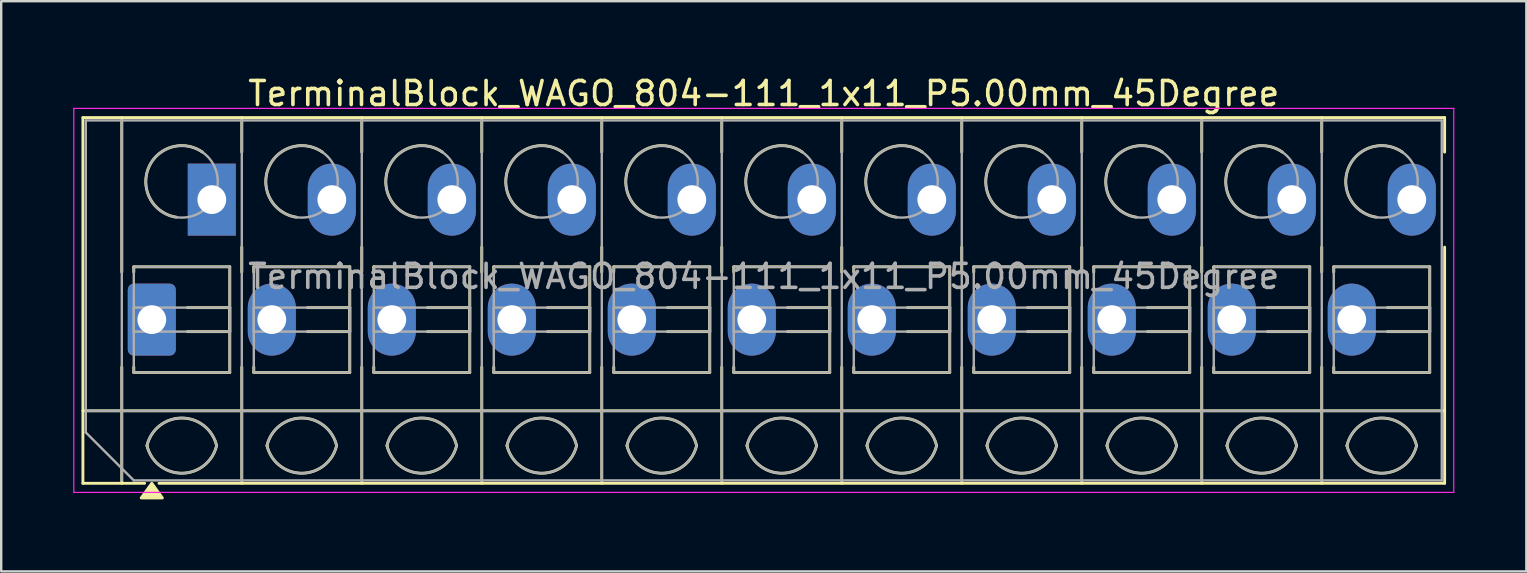
<source format=kicad_pcb>
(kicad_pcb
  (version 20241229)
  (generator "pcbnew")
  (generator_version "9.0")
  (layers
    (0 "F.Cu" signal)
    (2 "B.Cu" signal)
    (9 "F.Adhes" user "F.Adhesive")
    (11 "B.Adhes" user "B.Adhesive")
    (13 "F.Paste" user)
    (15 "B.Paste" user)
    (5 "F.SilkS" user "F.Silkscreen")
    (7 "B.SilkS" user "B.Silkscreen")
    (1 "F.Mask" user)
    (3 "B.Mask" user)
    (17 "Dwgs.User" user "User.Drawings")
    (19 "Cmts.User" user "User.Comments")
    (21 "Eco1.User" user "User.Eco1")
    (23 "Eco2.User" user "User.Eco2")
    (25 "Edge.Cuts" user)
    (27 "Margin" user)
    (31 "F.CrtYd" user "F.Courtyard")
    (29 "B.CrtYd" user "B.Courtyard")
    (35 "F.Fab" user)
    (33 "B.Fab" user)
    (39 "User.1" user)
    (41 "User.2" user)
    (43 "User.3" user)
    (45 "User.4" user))
  (footprint "TerminalBlock_WAGO_804-111_1x11_P5.00mm_45Degree"
    (layer "F.Cu")
    (at 3.275 10.268)
    (property "Reference" "TerminalBlock_WAGO_804-111_1x11_P5.00mm_45Degree" (at 25.5 -9.42 0) (layer "F.SilkS") (effects (font (size 1 1) (thickness 0.15))))
    (attr through_hole)
    (fp_line (start -2.87 -8.42) (end 53.87 -8.42) (stroke (width 0.12) (type solid)) (layer "F.SilkS"))
    (fp_line (start -2.87 3.8) (end 53.87 3.8) (stroke (width 0.12) (type solid)) (layer "F.SilkS"))
    (fp_line (start -2.87 6.82) (end -2.87 -8.42) (stroke (width 0.12) (type solid)) (layer "F.SilkS"))
    (fp_line (start -1.25 -8.42) (end -1.25 -1.98) (stroke (width 0.12) (type solid)) (layer "F.SilkS"))
    (fp_line (start -1.25 1.98) (end -1.25 6.82) (stroke (width 0.12) (type solid)) (layer "F.SilkS"))
    (fp_line (start -0.75 -2.2) (end 3.25 -2.2) (stroke (width 0.12) (type solid)) (layer "F.SilkS"))
    (fp_line (start -0.75 -1.98) (end -0.75 -2.2) (stroke (width 0.12) (type solid)) (layer "F.SilkS"))
    (fp_line (start -0.75 2.2) (end -0.75 1.98) (stroke (width 0.12) (type solid)) (layer "F.SilkS"))
    (fp_line (start -0.3 6.82) (end -2.87 6.82) (stroke (width 0.12) (type solid)) (layer "F.SilkS"))
    (fp_line (start 1.48 -0.5) (end 3.25 -0.5) (stroke (width 0.12) (type solid)) (layer "F.SilkS"))
    (fp_line (start 3.25 -2.2) (end 3.25 2.2) (stroke (width 0.12) (type solid)) (layer "F.SilkS"))
    (fp_line (start 3.25 -0.5) (end 3.25 0.5) (stroke (width 0.12) (type solid)) (layer "F.SilkS"))
    (fp_line (start 3.25 0.5) (end 1.48 0.5) (stroke (width 0.12) (type solid)) (layer "F.SilkS"))
    (fp_line (start 3.25 2.2) (end -0.75 2.2) (stroke (width 0.12) (type solid)) (layer "F.SilkS"))
    (fp_line (start 3.75 -8.42) (end 3.75 -6.98) (stroke (width 0.12) (type solid)) (layer "F.SilkS"))
    (fp_line (start 3.75 -3.02) (end 3.75 -1.98) (stroke (width 0.12) (type solid)) (layer "F.SilkS"))
    (fp_line (start 3.75 1.98) (end 3.75 6.82) (stroke (width 0.12) (type solid)) (layer "F.SilkS"))
    (fp_line (start 4.25 -2.2) (end 8.25 -2.2) (stroke (width 0.12) (type solid)) (layer "F.SilkS"))
    (fp_line (start 4.25 -1.98) (end 4.25 -2.2) (stroke (width 0.12) (type solid)) (layer "F.SilkS"))
    (fp_line (start 4.25 2.2) (end 4.25 1.98) (stroke (width 0.12) (type solid)) (layer "F.SilkS"))
    (fp_line (start 6.48 -0.5) (end 8.25 -0.5) (stroke (width 0.12) (type solid)) (layer "F.SilkS"))
    (fp_line (start 8.25 -2.2) (end 8.25 2.2) (stroke (width 0.12) (type solid)) (layer "F.SilkS"))
    (fp_line (start 8.25 -0.5) (end 8.25 0.5) (stroke (width 0.12) (type solid)) (layer "F.SilkS"))
    (fp_line (start 8.25 0.5) (end 6.48 0.5) (stroke (width 0.12) (type solid)) (layer "F.SilkS"))
    (fp_line (start 8.25 2.2) (end 4.25 2.2) (stroke (width 0.12) (type solid)) (layer "F.SilkS"))
    (fp_line (start 8.75 -8.42) (end 8.75 -6.98) (stroke (width 0.12) (type solid)) (layer "F.SilkS"))
    (fp_line (start 8.75 -3.02) (end 8.75 -1.98) (stroke (width 0.12) (type solid)) (layer "F.SilkS"))
    (fp_line (start 8.75 1.98) (end 8.75 6.82) (stroke (width 0.12) (type solid)) (layer "F.SilkS"))
    (fp_line (start 9.25 -2.2) (end 13.25 -2.2) (stroke (width 0.12) (type solid)) (layer "F.SilkS"))
    (fp_line (start 9.25 -1.98) (end 9.25 -2.2) (stroke (width 0.12) (type solid)) (layer "F.SilkS"))
    (fp_line (start 9.25 2.2) (end 9.25 1.98) (stroke (width 0.12) (type solid)) (layer "F.SilkS"))
    (fp_line (start 11.48 -0.5) (end 13.25 -0.5) (stroke (width 0.12) (type solid)) (layer "F.SilkS"))
    (fp_line (start 13.25 -2.2) (end 13.25 2.2) (stroke (width 0.12) (type solid)) (layer "F.SilkS"))
    (fp_line (start 13.25 -0.5) (end 13.25 0.5) (stroke (width 0.12) (type solid)) (layer "F.SilkS"))
    (fp_line (start 13.25 0.5) (end 11.48 0.5) (stroke (width 0.12) (type solid)) (layer "F.SilkS"))
    (fp_line (start 13.25 2.2) (end 9.25 2.2) (stroke (width 0.12) (type solid)) (layer "F.SilkS"))
    (fp_line (start 13.75 -8.42) (end 13.75 -6.98) (stroke (width 0.12) (type solid)) (layer "F.SilkS"))
    (fp_line (start 13.75 -3.02) (end 13.75 -1.98) (stroke (width 0.12) (type solid)) (layer "F.SilkS"))
    (fp_line (start 13.75 1.98) (end 13.75 6.82) (stroke (width 0.12) (type solid)) (layer "F.SilkS"))
    (fp_line (start 14.25 -2.2) (end 18.25 -2.2) (stroke (width 0.12) (type solid)) (layer "F.SilkS"))
    (fp_line (start 14.25 -1.98) (end 14.25 -2.2) (stroke (width 0.12) (type solid)) (layer "F.SilkS"))
    (fp_line (start 14.25 2.2) (end 14.25 1.98) (stroke (width 0.12) (type solid)) (layer "F.SilkS"))
    (fp_line (start 16.48 -0.5) (end 18.25 -0.5) (stroke (width 0.12) (type solid)) (layer "F.SilkS"))
    (fp_line (start 18.25 -2.2) (end 18.25 2.2) (stroke (width 0.12) (type solid)) (layer "F.SilkS"))
    (fp_line (start 18.25 -0.5) (end 18.25 0.5) (stroke (width 0.12) (type solid)) (layer "F.SilkS"))
    (fp_line (start 18.25 0.5) (end 16.48 0.5) (stroke (width 0.12) (type solid)) (layer "F.SilkS"))
    (fp_line (start 18.25 2.2) (end 14.25 2.2) (stroke (width 0.12) (type solid)) (layer "F.SilkS"))
    (fp_line (start 18.75 -8.42) (end 18.75 -6.98) (stroke (width 0.12) (type solid)) (layer "F.SilkS"))
    (fp_line (start 18.75 -3.02) (end 18.75 -1.98) (stroke (width 0.12) (type solid)) (layer "F.SilkS"))
    (fp_line (start 18.75 1.98) (end 18.75 6.82) (stroke (width 0.12) (type solid)) (layer "F.SilkS"))
    (fp_line (start 19.25 -2.2) (end 23.25 -2.2) (stroke (width 0.12) (type solid)) (layer "F.SilkS"))
    (fp_line (start 19.25 -1.98) (end 19.25 -2.2) (stroke (width 0.12) (type solid)) (layer "F.SilkS"))
    (fp_line (start 19.25 2.2) (end 19.25 1.98) (stroke (width 0.12) (type solid)) (layer "F.SilkS"))
    (fp_line (start 21.48 -0.5) (end 23.25 -0.5) (stroke (width 0.12) (type solid)) (layer "F.SilkS"))
    (fp_line (start 23.25 -2.2) (end 23.25 2.2) (stroke (width 0.12) (type solid)) (layer "F.SilkS"))
    (fp_line (start 23.25 -0.5) (end 23.25 0.5) (stroke (width 0.12) (type solid)) (layer "F.SilkS"))
    (fp_line (start 23.25 0.5) (end 21.48 0.5) (stroke (width 0.12) (type solid)) (layer "F.SilkS"))
    (fp_line (start 23.25 2.2) (end 19.25 2.2) (stroke (width 0.12) (type solid)) (layer "F.SilkS"))
    (fp_line (start 23.75 -8.42) (end 23.75 -6.98) (stroke (width 0.12) (type solid)) (layer "F.SilkS"))
    (fp_line (start 23.75 -3.02) (end 23.75 -1.98) (stroke (width 0.12) (type solid)) (layer "F.SilkS"))
    (fp_line (start 23.75 1.98) (end 23.75 6.82) (stroke (width 0.12) (type solid)) (layer "F.SilkS"))
    (fp_line (start 24.25 -2.2) (end 28.25 -2.2) (stroke (width 0.12) (type solid)) (layer "F.SilkS"))
    (fp_line (start 24.25 -1.98) (end 24.25 -2.2) (stroke (width 0.12) (type solid)) (layer "F.SilkS"))
    (fp_line (start 24.25 2.2) (end 24.25 1.98) (stroke (width 0.12) (type solid)) (layer "F.SilkS"))
    (fp_line (start 26.48 -0.5) (end 28.25 -0.5) (stroke (width 0.12) (type solid)) (layer "F.SilkS"))
    (fp_line (start 28.25 -2.2) (end 28.25 2.2) (stroke (width 0.12) (type solid)) (layer "F.SilkS"))
    (fp_line (start 28.25 -0.5) (end 28.25 0.5) (stroke (width 0.12) (type solid)) (layer "F.SilkS"))
    (fp_line (start 28.25 0.5) (end 26.48 0.5) (stroke (width 0.12) (type solid)) (layer "F.SilkS"))
    (fp_line (start 28.25 2.2) (end 24.25 2.2) (stroke (width 0.12) (type solid)) (layer "F.SilkS"))
    (fp_line (start 28.75 -8.42) (end 28.75 -6.98) (stroke (width 0.12) (type solid)) (layer "F.SilkS"))
    (fp_line (start 28.75 -3.02) (end 28.75 -1.98) (stroke (width 0.12) (type solid)) (layer "F.SilkS"))
    (fp_line (start 28.75 1.98) (end 28.75 6.82) (stroke (width 0.12) (type solid)) (layer "F.SilkS"))
    (fp_line (start 29.25 -2.2) (end 33.25 -2.2) (stroke (width 0.12) (type solid)) (layer "F.SilkS"))
    (fp_line (start 29.25 -1.98) (end 29.25 -2.2) (stroke (width 0.12) (type solid)) (layer "F.SilkS"))
    (fp_line (start 29.25 2.2) (end 29.25 1.98) (stroke (width 0.12) (type solid)) (layer "F.SilkS"))
    (fp_line (start 31.48 -0.5) (end 33.25 -0.5) (stroke (width 0.12) (type solid)) (layer "F.SilkS"))
    (fp_line (start 33.25 -2.2) (end 33.25 2.2) (stroke (width 0.12) (type solid)) (layer "F.SilkS"))
    (fp_line (start 33.25 -0.5) (end 33.25 0.5) (stroke (width 0.12) (type solid)) (layer "F.SilkS"))
    (fp_line (start 33.25 0.5) (end 31.48 0.5) (stroke (width 0.12) (type solid)) (layer "F.SilkS"))
    (fp_line (start 33.25 2.2) (end 29.25 2.2) (stroke (width 0.12) (type solid)) (layer "F.SilkS"))
    (fp_line (start 33.75 -8.42) (end 33.75 -6.98) (stroke (width 0.12) (type solid)) (layer "F.SilkS"))
    (fp_line (start 33.75 -3.02) (end 33.75 -1.98) (stroke (width 0.12) (type solid)) (layer "F.SilkS"))
    (fp_line (start 33.75 1.98) (end 33.75 6.82) (stroke (width 0.12) (type solid)) (layer "F.SilkS"))
    (fp_line (start 34.25 -2.2) (end 38.25 -2.2) (stroke (width 0.12) (type solid)) (layer "F.SilkS"))
    (fp_line (start 34.25 -1.98) (end 34.25 -2.2) (stroke (width 0.12) (type solid)) (layer "F.SilkS"))
    (fp_line (start 34.25 2.2) (end 34.25 1.98) (stroke (width 0.12) (type solid)) (layer "F.SilkS"))
    (fp_line (start 36.48 -0.5) (end 38.25 -0.5) (stroke (width 0.12) (type solid)) (layer "F.SilkS"))
    (fp_line (start 38.25 -2.2) (end 38.25 2.2) (stroke (width 0.12) (type solid)) (layer "F.SilkS"))
    (fp_line (start 38.25 -0.5) (end 38.25 0.5) (stroke (width 0.12) (type solid)) (layer "F.SilkS"))
    (fp_line (start 38.25 0.5) (end 36.48 0.5) (stroke (width 0.12) (type solid)) (layer "F.SilkS"))
    (fp_line (start 38.25 2.2) (end 34.25 2.2) (stroke (width 0.12) (type solid)) (layer "F.SilkS"))
    (fp_line (start 38.75 -8.42) (end 38.75 -6.98) (stroke (width 0.12) (type solid)) (layer "F.SilkS"))
    (fp_line (start 38.75 -3.02) (end 38.75 -1.98) (stroke (width 0.12) (type solid)) (layer "F.SilkS"))
    (fp_line (start 38.75 1.98) (end 38.75 6.82) (stroke (width 0.12) (type solid)) (layer "F.SilkS"))
    (fp_line (start 39.25 -2.2) (end 43.25 -2.2) (stroke (width 0.12) (type solid)) (layer "F.SilkS"))
    (fp_line (start 39.25 -1.98) (end 39.25 -2.2) (stroke (width 0.12) (type solid)) (layer "F.SilkS"))
    (fp_line (start 39.25 2.2) (end 39.25 1.98) (stroke (width 0.12) (type solid)) (layer "F.SilkS"))
    (fp_line (start 41.48 -0.5) (end 43.25 -0.5) (stroke (width 0.12) (type solid)) (layer "F.SilkS"))
    (fp_line (start 43.25 -2.2) (end 43.25 2.2) (stroke (width 0.12) (type solid)) (layer "F.SilkS"))
    (fp_line (start 43.25 -0.5) (end 43.25 0.5) (stroke (width 0.12) (type solid)) (layer "F.SilkS"))
    (fp_line (start 43.25 0.5) (end 41.48 0.5) (stroke (width 0.12) (type solid)) (layer "F.SilkS"))
    (fp_line (start 43.25 2.2) (end 39.25 2.2) (stroke (width 0.12) (type solid)) (layer "F.SilkS"))
    (fp_line (start 43.75 -8.42) (end 43.75 -6.98) (stroke (width 0.12) (type solid)) (layer "F.SilkS"))
    (fp_line (start 43.75 -3.02) (end 43.75 -1.98) (stroke (width 0.12) (type solid)) (layer "F.SilkS"))
    (fp_line (start 43.75 1.98) (end 43.75 6.82) (stroke (width 0.12) (type solid)) (layer "F.SilkS"))
    (fp_line (start 44.25 -2.2) (end 48.25 -2.2) (stroke (width 0.12) (type solid)) (layer "F.SilkS"))
    (fp_line (start 44.25 -1.98) (end 44.25 -2.2) (stroke (width 0.12) (type solid)) (layer "F.SilkS"))
    (fp_line (start 44.25 2.2) (end 44.25 1.98) (stroke (width 0.12) (type solid)) (layer "F.SilkS"))
    (fp_line (start 46.48 -0.5) (end 48.25 -0.5) (stroke (width 0.12) (type solid)) (layer "F.SilkS"))
    (fp_line (start 48.25 -2.2) (end 48.25 2.2) (stroke (width 0.12) (type solid)) (layer "F.SilkS"))
    (fp_line (start 48.25 -0.5) (end 48.25 0.5) (stroke (width 0.12) (type solid)) (layer "F.SilkS"))
    (fp_line (start 48.25 0.5) (end 46.48 0.5) (stroke (width 0.12) (type solid)) (layer "F.SilkS"))
    (fp_line (start 48.25 2.2) (end 44.25 2.2) (stroke (width 0.12) (type solid)) (layer "F.SilkS"))
    (fp_line (start 48.75 -8.42) (end 48.75 -6.98) (stroke (width 0.12) (type solid)) (layer "F.SilkS"))
    (fp_line (start 48.75 -3.02) (end 48.75 -1.98) (stroke (width 0.12) (type solid)) (layer "F.SilkS"))
    (fp_line (start 48.75 1.98) (end 48.75 6.82) (stroke (width 0.12) (type solid)) (layer "F.SilkS"))
    (fp_line (start 49.25 -2.2) (end 53.25 -2.2) (stroke (width 0.12) (type solid)) (layer "F.SilkS"))
    (fp_line (start 49.25 -1.98) (end 49.25 -2.2) (stroke (width 0.12) (type solid)) (layer "F.SilkS"))
    (fp_line (start 49.25 2.2) (end 49.25 1.98) (stroke (width 0.12) (type solid)) (layer "F.SilkS"))
    (fp_line (start 51.48 -0.5) (end 53.25 -0.5) (stroke (width 0.12) (type solid)) (layer "F.SilkS"))
    (fp_line (start 53.25 -2.2) (end 53.25 2.2) (stroke (width 0.12) (type solid)) (layer "F.SilkS"))
    (fp_line (start 53.25 -0.5) (end 53.25 0.5) (stroke (width 0.12) (type solid)) (layer "F.SilkS"))
    (fp_line (start 53.25 0.5) (end 51.48 0.5) (stroke (width 0.12) (type solid)) (layer "F.SilkS"))
    (fp_line (start 53.25 2.2) (end 49.25 2.2) (stroke (width 0.12) (type solid)) (layer "F.SilkS"))
    (fp_line (start 53.87 -8.42) (end 53.87 -6.98) (stroke (width 0.12) (type solid)) (layer "F.SilkS"))
    (fp_line (start 53.87 -3.02) (end 53.87 6.82) (stroke (width 0.12) (type solid)) (layer "F.SilkS"))
    (fp_line (start 53.87 6.82) (end 0.3 6.82) (stroke (width 0.12) (type solid)) (layer "F.SilkS"))
    (fp_arc (start -0.2 5.25) (mid 1.25 4.1) (end 2.7 5.25) (stroke (width 0.12) (type solid)) (layer "F.SilkS"))
    (fp_arc (start 1.02 -4.268) (mid -0.141916 -6.309209) (end 2.109 -6.98) (stroke (width 0.12) (type solid)) (layer "F.SilkS"))
    (fp_arc (start 2.7 5.25) (mid 1.25 6.4) (end -0.2 5.25) (stroke (width 0.12) (type solid)) (layer "F.SilkS"))
    (fp_arc (start 4.8 5.25) (mid 6.25 4.1) (end 7.7 5.25) (stroke (width 0.12) (type solid)) (layer "F.SilkS"))
    (fp_arc (start 6.02 -4.268) (mid 4.858084 -6.309209) (end 7.109 -6.98) (stroke (width 0.12) (type solid)) (layer "F.SilkS"))
    (fp_arc (start 7.7 5.25) (mid 6.25 6.4) (end 4.8 5.25) (stroke (width 0.12) (type solid)) (layer "F.SilkS"))
    (fp_arc (start 9.8 5.25) (mid 11.25 4.1) (end 12.7 5.25) (stroke (width 0.12) (type solid)) (layer "F.SilkS"))
    (fp_arc (start 11.02 -4.268) (mid 9.858084 -6.309209) (end 12.109 -6.98) (stroke (width 0.12) (type solid)) (layer "F.SilkS"))
    (fp_arc (start 12.7 5.25) (mid 11.25 6.4) (end 9.8 5.25) (stroke (width 0.12) (type solid)) (layer "F.SilkS"))
    (fp_arc (start 14.8 5.25) (mid 16.25 4.1) (end 17.7 5.25) (stroke (width 0.12) (type solid)) (layer "F.SilkS"))
    (fp_arc (start 16.02 -4.268) (mid 14.858084 -6.309209) (end 17.109 -6.98) (stroke (width 0.12) (type solid)) (layer "F.SilkS"))
    (fp_arc (start 17.7 5.25) (mid 16.25 6.4) (end 14.8 5.25) (stroke (width 0.12) (type solid)) (layer "F.SilkS"))
    (fp_arc (start 19.8 5.25) (mid 21.25 4.1) (end 22.7 5.25) (stroke (width 0.12) (type solid)) (layer "F.SilkS"))
    (fp_arc (start 21.02 -4.268) (mid 19.858084 -6.309209) (end 22.109 -6.98) (stroke (width 0.12) (type solid)) (layer "F.SilkS"))
    (fp_arc (start 22.7 5.25) (mid 21.25 6.4) (end 19.8 5.25) (stroke (width 0.12) (type solid)) (layer "F.SilkS"))
    (fp_arc (start 24.8 5.25) (mid 26.25 4.1) (end 27.7 5.25) (stroke (width 0.12) (type solid)) (layer "F.SilkS"))
    (fp_arc (start 26.02 -4.268) (mid 24.858084 -6.309209) (end 27.109 -6.98) (stroke (width 0.12) (type solid)) (layer "F.SilkS"))
    (fp_arc (start 27.7 5.25) (mid 26.25 6.4) (end 24.8 5.25) (stroke (width 0.12) (type solid)) (layer "F.SilkS"))
    (fp_arc (start 29.8 5.25) (mid 31.25 4.1) (end 32.7 5.25) (stroke (width 0.12) (type solid)) (layer "F.SilkS"))
    (fp_arc (start 31.02 -4.268) (mid 29.858084 -6.309209) (end 32.109 -6.98) (stroke (width 0.12) (type solid)) (layer "F.SilkS"))
    (fp_arc (start 32.7 5.25) (mid 31.25 6.4) (end 29.8 5.25) (stroke (width 0.12) (type solid)) (layer "F.SilkS"))
    (fp_arc (start 34.8 5.25) (mid 36.25 4.1) (end 37.7 5.25) (stroke (width 0.12) (type solid)) (layer "F.SilkS"))
    (fp_arc (start 36.02 -4.268) (mid 34.858084 -6.309209) (end 37.109 -6.98) (stroke (width 0.12) (type solid)) (layer "F.SilkS"))
    (fp_arc (start 37.7 5.25) (mid 36.25 6.4) (end 34.8 5.25) (stroke (width 0.12) (type solid)) (layer "F.SilkS"))
    (fp_arc (start 39.8 5.25) (mid 41.25 4.1) (end 42.7 5.25) (stroke (width 0.12) (type solid)) (layer "F.SilkS"))
    (fp_arc (start 41.02 -4.268) (mid 39.858084 -6.309209) (end 42.109 -6.98) (stroke (width 0.12) (type solid)) (layer "F.SilkS"))
    (fp_arc (start 42.7 5.25) (mid 41.25 6.4) (end 39.8 5.25) (stroke (width 0.12) (type solid)) (layer "F.SilkS"))
    (fp_arc (start 44.8 5.25) (mid 46.25 4.1) (end 47.7 5.25) (stroke (width 0.12) (type solid)) (layer "F.SilkS"))
    (fp_arc (start 46.02 -4.268) (mid 44.858084 -6.309209) (end 47.109 -6.98) (stroke (width 0.12) (type solid)) (layer "F.SilkS"))
    (fp_arc (start 47.7 5.25) (mid 46.25 6.4) (end 44.8 5.25) (stroke (width 0.12) (type solid)) (layer "F.SilkS"))
    (fp_arc (start 49.8 5.25) (mid 51.25 4.1) (end 52.7 5.25) (stroke (width 0.12) (type solid)) (layer "F.SilkS"))
    (fp_arc (start 51.02 -4.268) (mid 49.858084 -6.309209) (end 52.109 -6.98) (stroke (width 0.12) (type solid)) (layer "F.SilkS"))
    (fp_arc (start 52.7 5.25) (mid 51.25 6.4) (end 49.8 5.25) (stroke (width 0.12) (type solid)) (layer "F.SilkS"))
    (fp_poly (pts (xy 0 6.82) (xy 0.44 7.43) (xy -0.44 7.43)) (stroke (width 0.12) (type solid)) (fill yes) (layer "F.SilkS"))
    (fp_line (start -3.25 -8.8) (end -3.25 7.2) (stroke (width 0.05) (type solid)) (layer "F.CrtYd"))
    (fp_line (start -3.25 7.2) (end 54.25 7.2) (stroke (width 0.05) (type solid)) (layer "F.CrtYd"))
    (fp_line (start 54.25 -8.8) (end -3.25 -8.8) (stroke (width 0.05) (type solid)) (layer "F.CrtYd"))
    (fp_line (start 54.25 7.2) (end 54.25 -8.8) (stroke (width 0.05) (type solid)) (layer "F.CrtYd"))
    (fp_line (start -2.75 -8.3) (end 53.75 -8.3) (stroke (width 0.1) (type solid)) (layer "F.Fab"))
    (fp_line (start -2.75 3.8) (end 53.75 3.8) (stroke (width 0.1) (type solid)) (layer "F.Fab"))
    (fp_line (start -2.75 4.7) (end -2.75 -8.3) (stroke (width 0.1) (type solid)) (layer "F.Fab"))
    (fp_line (start -1.25 -8.3) (end -1.25 6.7) (stroke (width 0.1) (type solid)) (layer "F.Fab"))
    (fp_line (start -0.75 -2.2) (end -0.75 2.2) (stroke (width 0.1) (type solid)) (layer "F.Fab"))
    (fp_line (start -0.75 -0.5) (end -0.75 0.5) (stroke (width 0.1) (type solid)) (layer "F.Fab"))
    (fp_line (start -0.75 0.5) (end 3.25 0.5) (stroke (width 0.1) (type solid)) (layer "F.Fab"))
    (fp_line (start -0.75 2.2) (end 3.25 2.2) (stroke (width 0.1) (type solid)) (layer "F.Fab"))
    (fp_line (start -0.75 6.7) (end -2.75 4.7) (stroke (width 0.1) (type solid)) (layer "F.Fab"))
    (fp_line (start 3.25 -2.2) (end -0.75 -2.2) (stroke (width 0.1) (type solid)) (layer "F.Fab"))
    (fp_line (start 3.25 -0.5) (end -0.75 -0.5) (stroke (width 0.1) (type solid)) (layer "F.Fab"))
    (fp_line (start 3.25 0.5) (end 3.25 -0.5) (stroke (width 0.1) (type solid)) (layer "F.Fab"))
    (fp_line (start 3.25 2.2) (end 3.25 -2.2) (stroke (width 0.1) (type solid)) (layer "F.Fab"))
    (fp_line (start 3.75 -8.3) (end 3.75 6.7) (stroke (width 0.1) (type solid)) (layer "F.Fab"))
    (fp_line (start 4.25 -2.2) (end 4.25 2.2) (stroke (width 0.1) (type solid)) (layer "F.Fab"))
    (fp_line (start 4.25 -0.5) (end 4.25 0.5) (stroke (width 0.1) (type solid)) (layer "F.Fab"))
    (fp_line (start 4.25 0.5) (end 8.25 0.5) (stroke (width 0.1) (type solid)) (layer "F.Fab"))
    (fp_line (start 4.25 2.2) (end 8.25 2.2) (stroke (width 0.1) (type solid)) (layer "F.Fab"))
    (fp_line (start 8.25 -2.2) (end 4.25 -2.2) (stroke (width 0.1) (type solid)) (layer "F.Fab"))
    (fp_line (start 8.25 -0.5) (end 4.25 -0.5) (stroke (width 0.1) (type solid)) (layer "F.Fab"))
    (fp_line (start 8.25 0.5) (end 8.25 -0.5) (stroke (width 0.1) (type solid)) (layer "F.Fab"))
    (fp_line (start 8.25 2.2) (end 8.25 -2.2) (stroke (width 0.1) (type solid)) (layer "F.Fab"))
    (fp_line (start 8.75 -8.3) (end 8.75 6.7) (stroke (width 0.1) (type solid)) (layer "F.Fab"))
    (fp_line (start 9.25 -2.2) (end 9.25 2.2) (stroke (width 0.1) (type solid)) (layer "F.Fab"))
    (fp_line (start 9.25 -0.5) (end 9.25 0.5) (stroke (width 0.1) (type solid)) (layer "F.Fab"))
    (fp_line (start 9.25 0.5) (end 13.25 0.5) (stroke (width 0.1) (type solid)) (layer "F.Fab"))
    (fp_line (start 9.25 2.2) (end 13.25 2.2) (stroke (width 0.1) (type solid)) (layer "F.Fab"))
    (fp_line (start 13.25 -2.2) (end 9.25 -2.2) (stroke (width 0.1) (type solid)) (layer "F.Fab"))
    (fp_line (start 13.25 -0.5) (end 9.25 -0.5) (stroke (width 0.1) (type solid)) (layer "F.Fab"))
    (fp_line (start 13.25 0.5) (end 13.25 -0.5) (stroke (width 0.1) (type solid)) (layer "F.Fab"))
    (fp_line (start 13.25 2.2) (end 13.25 -2.2) (stroke (width 0.1) (type solid)) (layer "F.Fab"))
    (fp_line (start 13.75 -8.3) (end 13.75 6.7) (stroke (width 0.1) (type solid)) (layer "F.Fab"))
    (fp_line (start 14.25 -2.2) (end 14.25 2.2) (stroke (width 0.1) (type solid)) (layer "F.Fab"))
    (fp_line (start 14.25 -0.5) (end 14.25 0.5) (stroke (width 0.1) (type solid)) (layer "F.Fab"))
    (fp_line (start 14.25 0.5) (end 18.25 0.5) (stroke (width 0.1) (type solid)) (layer "F.Fab"))
    (fp_line (start 14.25 2.2) (end 18.25 2.2) (stroke (width 0.1) (type solid)) (layer "F.Fab"))
    (fp_line (start 18.25 -2.2) (end 14.25 -2.2) (stroke (width 0.1) (type solid)) (layer "F.Fab"))
    (fp_line (start 18.25 -0.5) (end 14.25 -0.5) (stroke (width 0.1) (type solid)) (layer "F.Fab"))
    (fp_line (start 18.25 0.5) (end 18.25 -0.5) (stroke (width 0.1) (type solid)) (layer "F.Fab"))
    (fp_line (start 18.25 2.2) (end 18.25 -2.2) (stroke (width 0.1) (type solid)) (layer "F.Fab"))
    (fp_line (start 18.75 -8.3) (end 18.75 6.7) (stroke (width 0.1) (type solid)) (layer "F.Fab"))
    (fp_line (start 19.25 -2.2) (end 19.25 2.2) (stroke (width 0.1) (type solid)) (layer "F.Fab"))
    (fp_line (start 19.25 -0.5) (end 19.25 0.5) (stroke (width 0.1) (type solid)) (layer "F.Fab"))
    (fp_line (start 19.25 0.5) (end 23.25 0.5) (stroke (width 0.1) (type solid)) (layer "F.Fab"))
    (fp_line (start 19.25 2.2) (end 23.25 2.2) (stroke (width 0.1) (type solid)) (layer "F.Fab"))
    (fp_line (start 23.25 -2.2) (end 19.25 -2.2) (stroke (width 0.1) (type solid)) (layer "F.Fab"))
    (fp_line (start 23.25 -0.5) (end 19.25 -0.5) (stroke (width 0.1) (type solid)) (layer "F.Fab"))
    (fp_line (start 23.25 0.5) (end 23.25 -0.5) (stroke (width 0.1) (type solid)) (layer "F.Fab"))
    (fp_line (start 23.25 2.2) (end 23.25 -2.2) (stroke (width 0.1) (type solid)) (layer "F.Fab"))
    (fp_line (start 23.75 -8.3) (end 23.75 6.7) (stroke (width 0.1) (type solid)) (layer "F.Fab"))
    (fp_line (start 24.25 -2.2) (end 24.25 2.2) (stroke (width 0.1) (type solid)) (layer "F.Fab"))
    (fp_line (start 24.25 -0.5) (end 24.25 0.5) (stroke (width 0.1) (type solid)) (layer "F.Fab"))
    (fp_line (start 24.25 0.5) (end 28.25 0.5) (stroke (width 0.1) (type solid)) (layer "F.Fab"))
    (fp_line (start 24.25 2.2) (end 28.25 2.2) (stroke (width 0.1) (type solid)) (layer "F.Fab"))
    (fp_line (start 28.25 -2.2) (end 24.25 -2.2) (stroke (width 0.1) (type solid)) (layer "F.Fab"))
    (fp_line (start 28.25 -0.5) (end 24.25 -0.5) (stroke (width 0.1) (type solid)) (layer "F.Fab"))
    (fp_line (start 28.25 0.5) (end 28.25 -0.5) (stroke (width 0.1) (type solid)) (layer "F.Fab"))
    (fp_line (start 28.25 2.2) (end 28.25 -2.2) (stroke (width 0.1) (type solid)) (layer "F.Fab"))
    (fp_line (start 28.75 -8.3) (end 28.75 6.7) (stroke (width 0.1) (type solid)) (layer "F.Fab"))
    (fp_line (start 29.25 -2.2) (end 29.25 2.2) (stroke (width 0.1) (type solid)) (layer "F.Fab"))
    (fp_line (start 29.25 -0.5) (end 29.25 0.5) (stroke (width 0.1) (type solid)) (layer "F.Fab"))
    (fp_line (start 29.25 0.5) (end 33.25 0.5) (stroke (width 0.1) (type solid)) (layer "F.Fab"))
    (fp_line (start 29.25 2.2) (end 33.25 2.2) (stroke (width 0.1) (type solid)) (layer "F.Fab"))
    (fp_line (start 33.25 -2.2) (end 29.25 -2.2) (stroke (width 0.1) (type solid)) (layer "F.Fab"))
    (fp_line (start 33.25 -0.5) (end 29.25 -0.5) (stroke (width 0.1) (type solid)) (layer "F.Fab"))
    (fp_line (start 33.25 0.5) (end 33.25 -0.5) (stroke (width 0.1) (type solid)) (layer "F.Fab"))
    (fp_line (start 33.25 2.2) (end 33.25 -2.2) (stroke (width 0.1) (type solid)) (layer "F.Fab"))
    (fp_line (start 33.75 -8.3) (end 33.75 6.7) (stroke (width 0.1) (type solid)) (layer "F.Fab"))
    (fp_line (start 34.25 -2.2) (end 34.25 2.2) (stroke (width 0.1) (type solid)) (layer "F.Fab"))
    (fp_line (start 34.25 -0.5) (end 34.25 0.5) (stroke (width 0.1) (type solid)) (layer "F.Fab"))
    (fp_line (start 34.25 0.5) (end 38.25 0.5) (stroke (width 0.1) (type solid)) (layer "F.Fab"))
    (fp_line (start 34.25 2.2) (end 38.25 2.2) (stroke (width 0.1) (type solid)) (layer "F.Fab"))
    (fp_line (start 38.25 -2.2) (end 34.25 -2.2) (stroke (width 0.1) (type solid)) (layer "F.Fab"))
    (fp_line (start 38.25 -0.5) (end 34.25 -0.5) (stroke (width 0.1) (type solid)) (layer "F.Fab"))
    (fp_line (start 38.25 0.5) (end 38.25 -0.5) (stroke (width 0.1) (type solid)) (layer "F.Fab"))
    (fp_line (start 38.25 2.2) (end 38.25 -2.2) (stroke (width 0.1) (type solid)) (layer "F.Fab"))
    (fp_line (start 38.75 -8.3) (end 38.75 6.7) (stroke (width 0.1) (type solid)) (layer "F.Fab"))
    (fp_line (start 39.25 -2.2) (end 39.25 2.2) (stroke (width 0.1) (type solid)) (layer "F.Fab"))
    (fp_line (start 39.25 -0.5) (end 39.25 0.5) (stroke (width 0.1) (type solid)) (layer "F.Fab"))
    (fp_line (start 39.25 0.5) (end 43.25 0.5) (stroke (width 0.1) (type solid)) (layer "F.Fab"))
    (fp_line (start 39.25 2.2) (end 43.25 2.2) (stroke (width 0.1) (type solid)) (layer "F.Fab"))
    (fp_line (start 43.25 -2.2) (end 39.25 -2.2) (stroke (width 0.1) (type solid)) (layer "F.Fab"))
    (fp_line (start 43.25 -0.5) (end 39.25 -0.5) (stroke (width 0.1) (type solid)) (layer "F.Fab"))
    (fp_line (start 43.25 0.5) (end 43.25 -0.5) (stroke (width 0.1) (type solid)) (layer "F.Fab"))
    (fp_line (start 43.25 2.2) (end 43.25 -2.2) (stroke (width 0.1) (type solid)) (layer "F.Fab"))
    (fp_line (start 43.75 -8.3) (end 43.75 6.7) (stroke (width 0.1) (type solid)) (layer "F.Fab"))
    (fp_line (start 44.25 -2.2) (end 44.25 2.2) (stroke (width 0.1) (type solid)) (layer "F.Fab"))
    (fp_line (start 44.25 -0.5) (end 44.25 0.5) (stroke (width 0.1) (type solid)) (layer "F.Fab"))
    (fp_line (start 44.25 0.5) (end 48.25 0.5) (stroke (width 0.1) (type solid)) (layer "F.Fab"))
    (fp_line (start 44.25 2.2) (end 48.25 2.2) (stroke (width 0.1) (type solid)) (layer "F.Fab"))
    (fp_line (start 48.25 -2.2) (end 44.25 -2.2) (stroke (width 0.1) (type solid)) (layer "F.Fab"))
    (fp_line (start 48.25 -0.5) (end 44.25 -0.5) (stroke (width 0.1) (type solid)) (layer "F.Fab"))
    (fp_line (start 48.25 0.5) (end 48.25 -0.5) (stroke (width 0.1) (type solid)) (layer "F.Fab"))
    (fp_line (start 48.25 2.2) (end 48.25 -2.2) (stroke (width 0.1) (type solid)) (layer "F.Fab"))
    (fp_line (start 48.75 -8.3) (end 48.75 6.7) (stroke (width 0.1) (type solid)) (layer "F.Fab"))
    (fp_line (start 49.25 -2.2) (end 49.25 2.2) (stroke (width 0.1) (type solid)) (layer "F.Fab"))
    (fp_line (start 49.25 -0.5) (end 49.25 0.5) (stroke (width 0.1) (type solid)) (layer "F.Fab"))
    (fp_line (start 49.25 0.5) (end 53.25 0.5) (stroke (width 0.1) (type solid)) (layer "F.Fab"))
    (fp_line (start 49.25 2.2) (end 53.25 2.2) (stroke (width 0.1) (type solid)) (layer "F.Fab"))
    (fp_line (start 53.25 -2.2) (end 49.25 -2.2) (stroke (width 0.1) (type solid)) (layer "F.Fab"))
    (fp_line (start 53.25 -0.5) (end 49.25 -0.5) (stroke (width 0.1) (type solid)) (layer "F.Fab"))
    (fp_line (start 53.25 0.5) (end 53.25 -0.5) (stroke (width 0.1) (type solid)) (layer "F.Fab"))
    (fp_line (start 53.25 2.2) (end 53.25 -2.2) (stroke (width 0.1) (type solid)) (layer "F.Fab"))
    (fp_line (start 53.75 -8.3) (end 53.75 6.7) (stroke (width 0.1) (type solid)) (layer "F.Fab"))
    (fp_line (start 53.75 6.7) (end -0.75 6.7) (stroke (width 0.1) (type solid)) (layer "F.Fab"))
    (fp_arc (start -0.2 5.25) (mid 1.25 4.1) (end 2.7 5.25) (stroke (width 0.1) (type solid)) (layer "F.Fab"))
    (fp_arc (start 2.7 5.25) (mid 1.25 6.4) (end -0.2 5.25) (stroke (width 0.1) (type solid)) (layer "F.Fab"))
    (fp_arc (start 4.8 5.25) (mid 6.25 4.1) (end 7.7 5.25) (stroke (width 0.1) (type solid)) (layer "F.Fab"))
    (fp_arc (start 7.7 5.25) (mid 6.25 6.4) (end 4.8 5.25) (stroke (width 0.1) (type solid)) (layer "F.Fab"))
    (fp_arc (start 9.8 5.25) (mid 11.25 4.1) (end 12.7 5.25) (stroke (width 0.1) (type solid)) (layer "F.Fab"))
    (fp_arc (start 12.7 5.25) (mid 11.25 6.4) (end 9.8 5.25) (stroke (width 0.1) (type solid)) (layer "F.Fab"))
    (fp_arc (start 14.8 5.25) (mid 16.25 4.1) (end 17.7 5.25) (stroke (width 0.1) (type solid)) (layer "F.Fab"))
    (fp_arc (start 17.7 5.25) (mid 16.25 6.4) (end 14.8 5.25) (stroke (width 0.1) (type solid)) (layer "F.Fab"))
    (fp_arc (start 19.8 5.25) (mid 21.25 4.1) (end 22.7 5.25) (stroke (width 0.1) (type solid)) (layer "F.Fab"))
    (fp_arc (start 22.7 5.25) (mid 21.25 6.4) (end 19.8 5.25) (stroke (width 0.1) (type solid)) (layer "F.Fab"))
    (fp_arc (start 24.8 5.25) (mid 26.25 4.1) (end 27.7 5.25) (stroke (width 0.1) (type solid)) (layer "F.Fab"))
    (fp_arc (start 27.7 5.25) (mid 26.25 6.4) (end 24.8 5.25) (stroke (width 0.1) (type solid)) (layer "F.Fab"))
    (fp_arc (start 29.8 5.25) (mid 31.25 4.1) (end 32.7 5.25) (stroke (width 0.1) (type solid)) (layer "F.Fab"))
    (fp_arc (start 32.7 5.25) (mid 31.25 6.4) (end 29.8 5.25) (stroke (width 0.1) (type solid)) (layer "F.Fab"))
    (fp_arc (start 34.8 5.25) (mid 36.25 4.1) (end 37.7 5.25) (stroke (width 0.1) (type solid)) (layer "F.Fab"))
    (fp_arc (start 37.7 5.25) (mid 36.25 6.4) (end 34.8 5.25) (stroke (width 0.1) (type solid)) (layer "F.Fab"))
    (fp_arc (start 39.8 5.25) (mid 41.25 4.1) (end 42.7 5.25) (stroke (width 0.1) (type solid)) (layer "F.Fab"))
    (fp_arc (start 42.7 5.25) (mid 41.25 6.4) (end 39.8 5.25) (stroke (width 0.1) (type solid)) (layer "F.Fab"))
    (fp_arc (start 44.8 5.25) (mid 46.25 4.1) (end 47.7 5.25) (stroke (width 0.1) (type solid)) (layer "F.Fab"))
    (fp_arc (start 47.7 5.25) (mid 46.25 6.4) (end 44.8 5.25) (stroke (width 0.1) (type solid)) (layer "F.Fab"))
    (fp_arc (start 49.8 5.25) (mid 51.25 4.1) (end 52.7 5.25) (stroke (width 0.1) (type solid)) (layer "F.Fab"))
    (fp_arc (start 52.7 5.25) (mid 51.25 6.4) (end 49.8 5.25) (stroke (width 0.1) (type solid)) (layer "F.Fab"))
    (fp_circle (center 1.25 -5.75) (end 2.75 -5.75) (stroke (width 0.1) (type solid)) (fill no) (layer "F.Fab"))
    (fp_circle (center 6.25 -5.75) (end 7.75 -5.75) (stroke (width 0.1) (type solid)) (fill no) (layer "F.Fab"))
    (fp_circle (center 11.25 -5.75) (end 12.75 -5.75) (stroke (width 0.1) (type solid)) (fill no) (layer "F.Fab"))
    (fp_circle (center 16.25 -5.75) (end 17.75 -5.75) (stroke (width 0.1) (type solid)) (fill no) (layer "F.Fab"))
    (fp_circle (center 21.25 -5.75) (end 22.75 -5.75) (stroke (width 0.1) (type solid)) (fill no) (layer "F.Fab"))
    (fp_circle (center 26.25 -5.75) (end 27.75 -5.75) (stroke (width 0.1) (type solid)) (fill no) (layer "F.Fab"))
    (fp_circle (center 31.25 -5.75) (end 32.75 -5.75) (stroke (width 0.1) (type solid)) (fill no) (layer "F.Fab"))
    (fp_circle (center 36.25 -5.75) (end 37.75 -5.75) (stroke (width 0.1) (type solid)) (fill no) (layer "F.Fab"))
    (fp_circle (center 41.25 -5.75) (end 42.75 -5.75) (stroke (width 0.1) (type solid)) (fill no) (layer "F.Fab"))
    (fp_circle (center 46.25 -5.75) (end 47.75 -5.75) (stroke (width 0.1) (type solid)) (fill no) (layer "F.Fab"))
    (fp_circle (center 51.25 -5.75) (end 52.75 -5.75) (stroke (width 0.1) (type solid)) (fill no) (layer "F.Fab"))
    (fp_text user "${REFERENCE}" (at 25.5 -1.8 0) (layer "F.Fab") (effects (font (size 1 1) (thickness 0.15))))
    (pad "1" thru_hole roundrect (at 0 0) (size 2 3) (drill 1.2) (layers "*.Cu" "*.Mask") (roundrect_rratio 0.125))
    (pad "1" thru_hole rect (at 2.5 -5) (size 2 3) (drill 1.2) (layers "*.Cu" "*.Mask"))
    (pad "2" thru_hole oval (at 5 0) (size 2 3) (drill 1.2) (layers "*.Cu" "*.Mask"))
    (pad "2" thru_hole oval (at 7.5 -5) (size 2 3) (drill 1.2) (layers "*.Cu" "*.Mask"))
    (pad "3" thru_hole oval (at 10 0) (size 2 3) (drill 1.2) (layers "*.Cu" "*.Mask"))
    (pad "3" thru_hole oval (at 12.5 -5) (size 2 3) (drill 1.2) (layers "*.Cu" "*.Mask"))
    (pad "4" thru_hole oval (at 15 0) (size 2 3) (drill 1.2) (layers "*.Cu" "*.Mask"))
    (pad "4" thru_hole oval (at 17.5 -5) (size 2 3) (drill 1.2) (layers "*.Cu" "*.Mask"))
    (pad "5" thru_hole oval (at 20 0) (size 2 3) (drill 1.2) (layers "*.Cu" "*.Mask"))
    (pad "5" thru_hole oval (at 22.5 -5) (size 2 3) (drill 1.2) (layers "*.Cu" "*.Mask"))
    (pad "6" thru_hole oval (at 25 0) (size 2 3) (drill 1.2) (layers "*.Cu" "*.Mask"))
    (pad "6" thru_hole oval (at 27.5 -5) (size 2 3) (drill 1.2) (layers "*.Cu" "*.Mask"))
    (pad "7" thru_hole oval (at 30 0) (size 2 3) (drill 1.2) (layers "*.Cu" "*.Mask"))
    (pad "7" thru_hole oval (at 32.5 -5) (size 2 3) (drill 1.2) (layers "*.Cu" "*.Mask"))
    (pad "8" thru_hole oval (at 35 0) (size 2 3) (drill 1.2) (layers "*.Cu" "*.Mask"))
    (pad "8" thru_hole oval (at 37.5 -5) (size 2 3) (drill 1.2) (layers "*.Cu" "*.Mask"))
    (pad "9" thru_hole oval (at 40 0) (size 2 3) (drill 1.2) (layers "*.Cu" "*.Mask"))
    (pad "9" thru_hole oval (at 42.5 -5) (size 2 3) (drill 1.2) (layers "*.Cu" "*.Mask"))
    (pad "10" thru_hole oval (at 45 0) (size 2 3) (drill 1.2) (layers "*.Cu" "*.Mask"))
    (pad "10" thru_hole oval (at 47.5 -5) (size 2 3) (drill 1.2) (layers "*.Cu" "*.Mask"))
    (pad "11" thru_hole oval (at 50 0) (size 2 3) (drill 1.2) (layers "*.Cu" "*.Mask"))
    (pad "11" thru_hole oval (at 52.5 -5) (size 2 3) (drill 1.2) (layers "*.Cu" "*.Mask")))
  (gr_rect
    (start -3 -3)
    (end 60.55 20.758)
    (stroke (width 0.1) (type default))
    (fill no)
    (layer "Edge.Cuts")))
</source>
